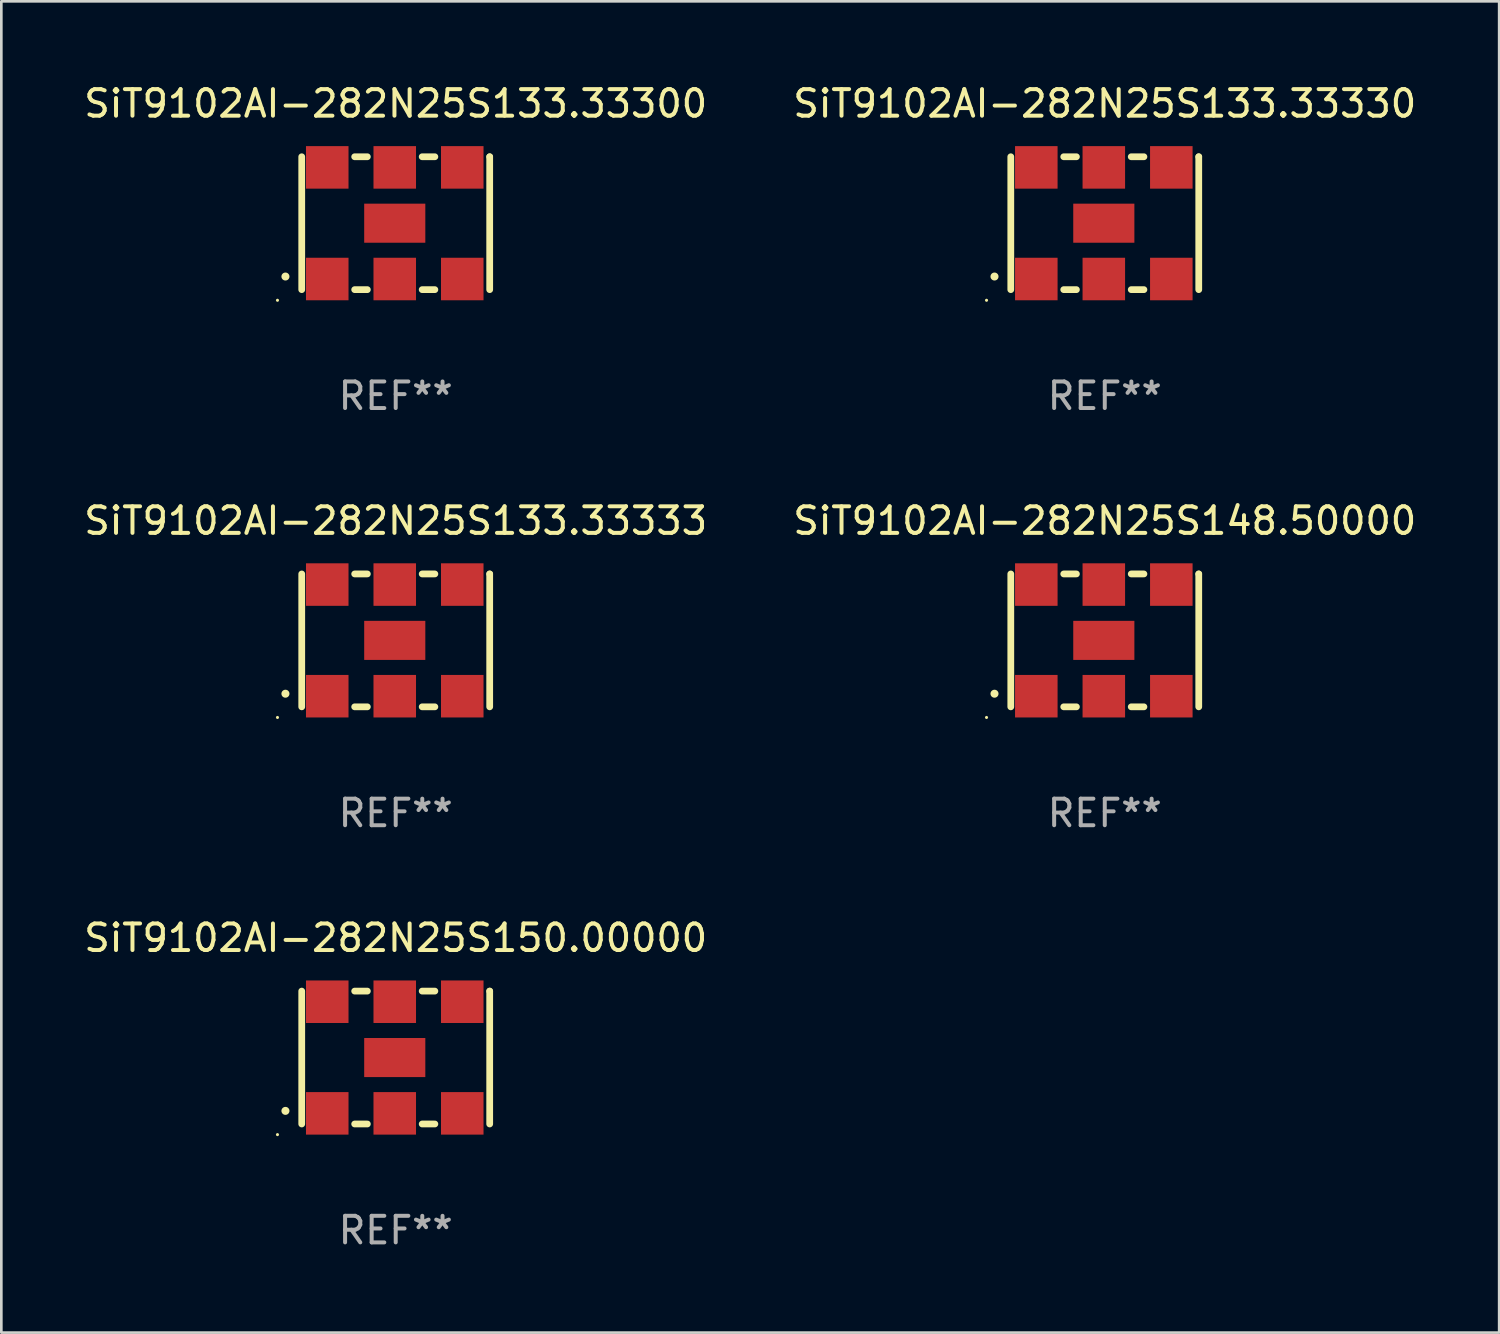
<source format=kicad_pcb>
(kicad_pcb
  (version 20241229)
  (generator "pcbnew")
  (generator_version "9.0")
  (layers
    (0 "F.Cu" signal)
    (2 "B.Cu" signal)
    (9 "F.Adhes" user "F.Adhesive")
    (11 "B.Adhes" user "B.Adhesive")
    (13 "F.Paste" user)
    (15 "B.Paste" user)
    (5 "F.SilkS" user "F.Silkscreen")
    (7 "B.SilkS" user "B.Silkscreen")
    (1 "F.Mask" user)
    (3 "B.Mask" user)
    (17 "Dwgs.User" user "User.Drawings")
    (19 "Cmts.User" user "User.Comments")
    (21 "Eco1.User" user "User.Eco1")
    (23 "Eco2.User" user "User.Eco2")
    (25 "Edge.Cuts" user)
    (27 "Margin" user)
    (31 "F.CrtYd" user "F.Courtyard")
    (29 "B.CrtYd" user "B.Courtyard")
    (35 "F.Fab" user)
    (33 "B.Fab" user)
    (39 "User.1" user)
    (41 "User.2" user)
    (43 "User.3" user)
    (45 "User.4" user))
  (footprint "SiT9102AI-282N25S133.33333"
    (layer "F.Cu")
    (at 11.839 21.045)
    (property "Reference" "SiT9102AI-282N25S133.33333" (at 0 -4.5 0) (layer "F.SilkS") (effects (font (size 1 1) (thickness 0.15))))
    (attr through_hole)
    (fp_line (start -3.536 -2.5) (end -3.536 2.5) (stroke (width 0.254) (type solid)) (layer "F.SilkS"))
    (fp_line (start -1.544 2.5) (end -1.067 2.5) (stroke (width 0.254) (type solid)) (layer "F.SilkS"))
    (fp_line (start -1.067 -2.5) (end -1.544 -2.5) (stroke (width 0.254) (type solid)) (layer "F.SilkS"))
    (fp_line (start 0.996 2.5) (end 1.473 2.5) (stroke (width 0.254) (type solid)) (layer "F.SilkS"))
    (fp_line (start 1.473 -2.5) (end 0.996 -2.5) (stroke (width 0.254) (type solid)) (layer "F.SilkS"))
    (fp_line (start 3.536 -2.5) (end 3.536 -2.5) (stroke (width 0.254) (type solid)) (layer "F.SilkS"))
    (fp_line (start 3.536 2.5) (end 3.536 -2.5) (stroke (width 0.254) (type solid)) (layer "F.SilkS"))
    (fp_arc (start -4.150432 2.006604) (mid -4.149162 2.006599) (end -4.147892 2.006604) (stroke (width 0.3) (type solid)) (layer "F.SilkS"))
    (fp_circle (center -4.449 2.9) (end -4.419 2.9) (stroke (width 0.06) (type solid)) (fill no) (layer "F.SilkS"))
    (fp_text user "REF**" (at 0 6.5 0) (layer "F.Fab") (effects (font (size 1 1) (thickness 0.15))))
    (pad "1" smd rect (at -2.576 2.1) (size 1.6 1.6) (layers "F.Cu" "F.Mask" "F.Paste"))
    (pad "2" smd rect (at -0.036 2.1) (size 1.6 1.6) (layers "F.Cu" "F.Mask" "F.Paste"))
    (pad "3" smd rect (at 2.504 2.1) (size 1.6 1.6) (layers "F.Cu" "F.Mask" "F.Paste"))
    (pad "4" smd rect (at 2.504 -2.1) (size 1.6 1.6) (layers "F.Cu" "F.Mask" "F.Paste"))
    (pad "5" smd rect (at -0.036 -2.1) (size 1.6 1.6) (layers "F.Cu" "F.Mask" "F.Paste"))
    (pad "6" smd rect (at -2.576 -2.1) (size 1.6 1.6) (layers "F.Cu" "F.Mask" "F.Paste"))
    (pad "7" smd rect (at -0.036 0) (size 2.3 1.47) (layers "F.Cu" "F.Mask" "F.Paste")))
  (footprint "SiT9102AI-282N25S148.50000"
    (layer "F.Cu")
    (at 38.518 21.045)
    (property "Reference" "SiT9102AI-282N25S148.50000" (at 0 -4.5 0) (layer "F.SilkS") (effects (font (size 1 1) (thickness 0.15))))
    (attr through_hole)
    (fp_line (start -3.536 -2.5) (end -3.536 2.5) (stroke (width 0.254) (type solid)) (layer "F.SilkS"))
    (fp_line (start -1.544 2.5) (end -1.067 2.5) (stroke (width 0.254) (type solid)) (layer "F.SilkS"))
    (fp_line (start -1.067 -2.5) (end -1.544 -2.5) (stroke (width 0.254) (type solid)) (layer "F.SilkS"))
    (fp_line (start 0.996 2.5) (end 1.473 2.5) (stroke (width 0.254) (type solid)) (layer "F.SilkS"))
    (fp_line (start 1.473 -2.5) (end 0.996 -2.5) (stroke (width 0.254) (type solid)) (layer "F.SilkS"))
    (fp_line (start 3.536 -2.5) (end 3.536 -2.5) (stroke (width 0.254) (type solid)) (layer "F.SilkS"))
    (fp_line (start 3.536 2.5) (end 3.536 -2.5) (stroke (width 0.254) (type solid)) (layer "F.SilkS"))
    (fp_arc (start -4.150432 2.006604) (mid -4.149162 2.006599) (end -4.147892 2.006604) (stroke (width 0.3) (type solid)) (layer "F.SilkS"))
    (fp_circle (center -4.449 2.9) (end -4.419 2.9) (stroke (width 0.06) (type solid)) (fill no) (layer "F.SilkS"))
    (fp_text user "REF**" (at 0 6.5 0) (layer "F.Fab") (effects (font (size 1 1) (thickness 0.15))))
    (pad "1" smd rect (at -2.576 2.1) (size 1.6 1.6) (layers "F.Cu" "F.Mask" "F.Paste"))
    (pad "2" smd rect (at -0.036 2.1) (size 1.6 1.6) (layers "F.Cu" "F.Mask" "F.Paste"))
    (pad "3" smd rect (at 2.504 2.1) (size 1.6 1.6) (layers "F.Cu" "F.Mask" "F.Paste"))
    (pad "4" smd rect (at 2.504 -2.1) (size 1.6 1.6) (layers "F.Cu" "F.Mask" "F.Paste"))
    (pad "5" smd rect (at -0.036 -2.1) (size 1.6 1.6) (layers "F.Cu" "F.Mask" "F.Paste"))
    (pad "6" smd rect (at -2.576 -2.1) (size 1.6 1.6) (layers "F.Cu" "F.Mask" "F.Paste"))
    (pad "7" smd rect (at -0.036 0) (size 2.3 1.47) (layers "F.Cu" "F.Mask" "F.Paste")))
  (footprint "SiT9102AI-282N25S133.33300"
    (layer "F.Cu")
    (at 11.839 5.348)
    (property "Reference" "SiT9102AI-282N25S133.33300" (at 0 -4.5 0) (layer "F.SilkS") (effects (font (size 1 1) (thickness 0.15))))
    (attr through_hole)
    (fp_line (start -3.536 -2.5) (end -3.536 2.5) (stroke (width 0.254) (type solid)) (layer "F.SilkS"))
    (fp_line (start -1.544 2.5) (end -1.067 2.5) (stroke (width 0.254) (type solid)) (layer "F.SilkS"))
    (fp_line (start -1.067 -2.5) (end -1.544 -2.5) (stroke (width 0.254) (type solid)) (layer "F.SilkS"))
    (fp_line (start 0.996 2.5) (end 1.473 2.5) (stroke (width 0.254) (type solid)) (layer "F.SilkS"))
    (fp_line (start 1.473 -2.5) (end 0.996 -2.5) (stroke (width 0.254) (type solid)) (layer "F.SilkS"))
    (fp_line (start 3.536 -2.5) (end 3.536 -2.5) (stroke (width 0.254) (type solid)) (layer "F.SilkS"))
    (fp_line (start 3.536 2.5) (end 3.536 -2.5) (stroke (width 0.254) (type solid)) (layer "F.SilkS"))
    (fp_arc (start -4.150432 2.006604) (mid -4.149162 2.006599) (end -4.147892 2.006604) (stroke (width 0.3) (type solid)) (layer "F.SilkS"))
    (fp_circle (center -4.449 2.9) (end -4.419 2.9) (stroke (width 0.06) (type solid)) (fill no) (layer "F.SilkS"))
    (fp_text user "REF**" (at 0 6.5 0) (layer "F.Fab") (effects (font (size 1 1) (thickness 0.15))))
    (pad "1" smd rect (at -2.576 2.1) (size 1.6 1.6) (layers "F.Cu" "F.Mask" "F.Paste"))
    (pad "2" smd rect (at -0.036 2.1) (size 1.6 1.6) (layers "F.Cu" "F.Mask" "F.Paste"))
    (pad "3" smd rect (at 2.504 2.1) (size 1.6 1.6) (layers "F.Cu" "F.Mask" "F.Paste"))
    (pad "4" smd rect (at 2.504 -2.1) (size 1.6 1.6) (layers "F.Cu" "F.Mask" "F.Paste"))
    (pad "5" smd rect (at -0.036 -2.1) (size 1.6 1.6) (layers "F.Cu" "F.Mask" "F.Paste"))
    (pad "6" smd rect (at -2.576 -2.1) (size 1.6 1.6) (layers "F.Cu" "F.Mask" "F.Paste"))
    (pad "7" smd rect (at -0.036 0) (size 2.3 1.47) (layers "F.Cu" "F.Mask" "F.Paste")))
  (footprint "SiT9102AI-282N25S133.33330"
    (layer "F.Cu")
    (at 38.518 5.348)
    (property "Reference" "SiT9102AI-282N25S133.33330" (at 0 -4.5 0) (layer "F.SilkS") (effects (font (size 1 1) (thickness 0.15))))
    (attr through_hole)
    (fp_line (start -3.536 -2.5) (end -3.536 2.5) (stroke (width 0.254) (type solid)) (layer "F.SilkS"))
    (fp_line (start -1.544 2.5) (end -1.067 2.5) (stroke (width 0.254) (type solid)) (layer "F.SilkS"))
    (fp_line (start -1.067 -2.5) (end -1.544 -2.5) (stroke (width 0.254) (type solid)) (layer "F.SilkS"))
    (fp_line (start 0.996 2.5) (end 1.473 2.5) (stroke (width 0.254) (type solid)) (layer "F.SilkS"))
    (fp_line (start 1.473 -2.5) (end 0.996 -2.5) (stroke (width 0.254) (type solid)) (layer "F.SilkS"))
    (fp_line (start 3.536 -2.5) (end 3.536 -2.5) (stroke (width 0.254) (type solid)) (layer "F.SilkS"))
    (fp_line (start 3.536 2.5) (end 3.536 -2.5) (stroke (width 0.254) (type solid)) (layer "F.SilkS"))
    (fp_arc (start -4.150432 2.006604) (mid -4.149162 2.006599) (end -4.147892 2.006604) (stroke (width 0.3) (type solid)) (layer "F.SilkS"))
    (fp_circle (center -4.449 2.9) (end -4.419 2.9) (stroke (width 0.06) (type solid)) (fill no) (layer "F.SilkS"))
    (fp_text user "REF**" (at 0 6.5 0) (layer "F.Fab") (effects (font (size 1 1) (thickness 0.15))))
    (pad "1" smd rect (at -2.576 2.1) (size 1.6 1.6) (layers "F.Cu" "F.Mask" "F.Paste"))
    (pad "2" smd rect (at -0.036 2.1) (size 1.6 1.6) (layers "F.Cu" "F.Mask" "F.Paste"))
    (pad "3" smd rect (at 2.504 2.1) (size 1.6 1.6) (layers "F.Cu" "F.Mask" "F.Paste"))
    (pad "4" smd rect (at 2.504 -2.1) (size 1.6 1.6) (layers "F.Cu" "F.Mask" "F.Paste"))
    (pad "5" smd rect (at -0.036 -2.1) (size 1.6 1.6) (layers "F.Cu" "F.Mask" "F.Paste"))
    (pad "6" smd rect (at -2.576 -2.1) (size 1.6 1.6) (layers "F.Cu" "F.Mask" "F.Paste"))
    (pad "7" smd rect (at -0.036 0) (size 2.3 1.47) (layers "F.Cu" "F.Mask" "F.Paste")))
  (footprint "SiT9102AI-282N25S150.00000"
    (layer "F.Cu")
    (at 11.839 36.741)
    (property "Reference" "SiT9102AI-282N25S150.00000" (at 0 -4.5 0) (layer "F.SilkS") (effects (font (size 1 1) (thickness 0.15))))
    (attr through_hole)
    (fp_line (start -3.536 -2.5) (end -3.536 2.5) (stroke (width 0.254) (type solid)) (layer "F.SilkS"))
    (fp_line (start -1.544 2.5) (end -1.067 2.5) (stroke (width 0.254) (type solid)) (layer "F.SilkS"))
    (fp_line (start -1.067 -2.5) (end -1.544 -2.5) (stroke (width 0.254) (type solid)) (layer "F.SilkS"))
    (fp_line (start 0.996 2.5) (end 1.473 2.5) (stroke (width 0.254) (type solid)) (layer "F.SilkS"))
    (fp_line (start 1.473 -2.5) (end 0.996 -2.5) (stroke (width 0.254) (type solid)) (layer "F.SilkS"))
    (fp_line (start 3.536 -2.5) (end 3.536 -2.5) (stroke (width 0.254) (type solid)) (layer "F.SilkS"))
    (fp_line (start 3.536 2.5) (end 3.536 -2.5) (stroke (width 0.254) (type solid)) (layer "F.SilkS"))
    (fp_arc (start -4.150432 2.006604) (mid -4.149162 2.006599) (end -4.147892 2.006604) (stroke (width 0.3) (type solid)) (layer "F.SilkS"))
    (fp_circle (center -4.449 2.9) (end -4.419 2.9) (stroke (width 0.06) (type solid)) (fill no) (layer "F.SilkS"))
    (fp_text user "REF**" (at 0 6.5 0) (layer "F.Fab") (effects (font (size 1 1) (thickness 0.15))))
    (pad "1" smd rect (at -2.576 2.1) (size 1.6 1.6) (layers "F.Cu" "F.Mask" "F.Paste"))
    (pad "2" smd rect (at -0.036 2.1) (size 1.6 1.6) (layers "F.Cu" "F.Mask" "F.Paste"))
    (pad "3" smd rect (at 2.504 2.1) (size 1.6 1.6) (layers "F.Cu" "F.Mask" "F.Paste"))
    (pad "4" smd rect (at 2.504 -2.1) (size 1.6 1.6) (layers "F.Cu" "F.Mask" "F.Paste"))
    (pad "5" smd rect (at -0.036 -2.1) (size 1.6 1.6) (layers "F.Cu" "F.Mask" "F.Paste"))
    (pad "6" smd rect (at -2.576 -2.1) (size 1.6 1.6) (layers "F.Cu" "F.Mask" "F.Paste"))
    (pad "7" smd rect (at -0.036 0) (size 2.3 1.47) (layers "F.Cu" "F.Mask" "F.Paste")))
  (gr_rect
    (start -3 -3)
    (end 53.357 47.09)
    (stroke (width 0.1) (type default))
    (fill no)
    (layer "Edge.Cuts")))
</source>
